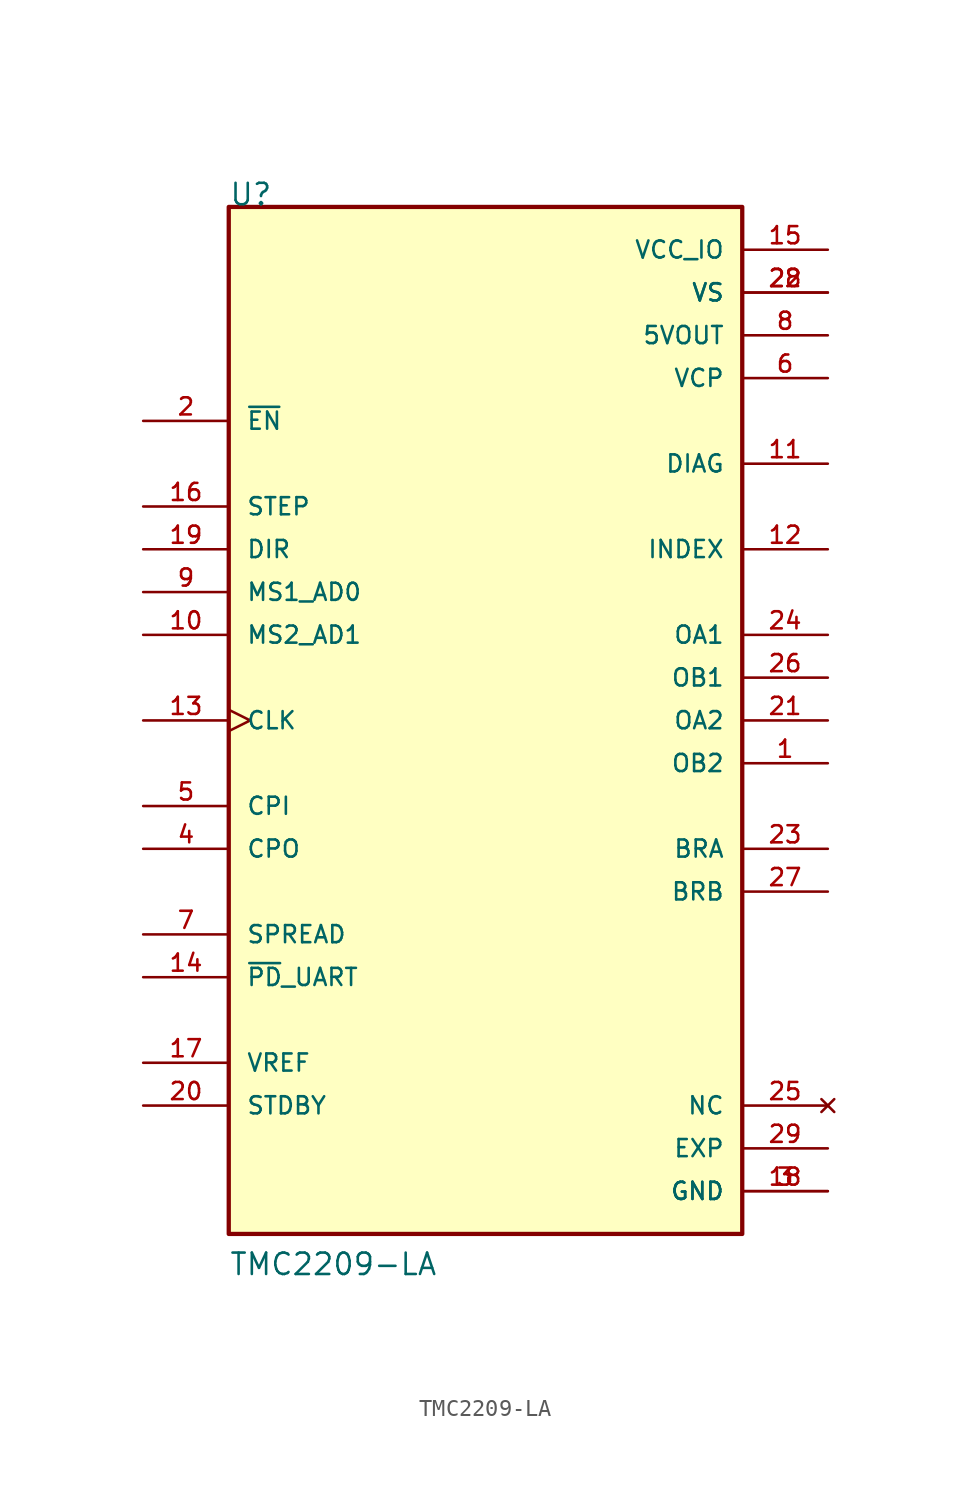
<source format=kicad_sym>
(kicad_symbol_lib
  (version 20211014)
  (generator kicad_symbol_editor)
  (symbol "TMC2209-LA"
    (pin_names
      (offset 1.016))
    (property "Reference" "U"
      (at -15.24 30.48 0)
      (effects (font (size 1.27 1.27)) (justify bottom left)))
    (property "Value" "TMC2209-LA"
      (at -15.24 -33.02 0)
      (effects (font (size 1.27 1.27)) (justify bottom left)))
    (symbol "TMC2209-LA_0_0"
      (rectangle (start -15.24 -30.48) (end 15.24 30.48) (stroke (width 0.254)) (fill (type background)))
      (pin output line (at 20.32 -2.54 180.0) (length 5.08) (name "OB2" (effects (font (size 1.016 1.016)))) (number "1" (effects (font (size 1.016 1.016)))))
      (pin input line (at -20.32 17.78 0) (length 5.08) (name "~{EN}" (effects (font (size 1.016 1.016)))) (number "2" (effects (font (size 1.016 1.016)))))
      (pin power_in line (at 20.32 -27.94 180.0) (length 5.08) (name "GND" (effects (font (size 1.016 1.016)))) (number "3" (effects (font (size 1.016 1.016)))))
      (pin power_in line (at 20.32 -27.94 180.0) (length 5.08) (name "GND" (effects (font (size 1.016 1.016)))) (number "18" (effects (font (size 1.016 1.016)))))
      (pin output line (at -20.32 -7.62 0) (length 5.08) (name "CPO" (effects (font (size 1.016 1.016)))) (number "4" (effects (font (size 1.016 1.016)))))
      (pin input line (at -20.32 -5.08 0) (length 5.08) (name "CPI" (effects (font (size 1.016 1.016)))) (number "5" (effects (font (size 1.016 1.016)))))
      (pin power_in line (at 20.32 20.32 180.0) (length 5.08) (name "VCP" (effects (font (size 1.016 1.016)))) (number "6" (effects (font (size 1.016 1.016)))))
      (pin power_in line (at 20.32 22.86 180.0) (length 5.08) (name "5VOUT" (effects (font (size 1.016 1.016)))) (number "8" (effects (font (size 1.016 1.016)))))
      (pin input line (at -20.32 -12.7 0) (length 5.08) (name "SPREAD" (effects (font (size 1.016 1.016)))) (number "7" (effects (font (size 1.016 1.016)))))
      (pin input line (at -20.32 7.62 0) (length 5.08) (name "MS1_AD0" (effects (font (size 1.016 1.016)))) (number "9" (effects (font (size 1.016 1.016)))))
      (pin output line (at 20.32 15.24 180.0) (length 5.08) (name "DIAG" (effects (font (size 1.016 1.016)))) (number "11" (effects (font (size 1.016 1.016)))))
      (pin input line (at -20.32 5.08 0) (length 5.08) (name "MS2_AD1" (effects (font (size 1.016 1.016)))) (number "10" (effects (font (size 1.016 1.016)))))
      (pin output line (at 20.32 10.16 180.0) (length 5.08) (name "INDEX" (effects (font (size 1.016 1.016)))) (number "12" (effects (font (size 1.016 1.016)))))
      (pin input clock (at -20.32 0.0 0) (length 5.08) (name "CLK" (effects (font (size 1.016 1.016)))) (number "13" (effects (font (size 1.016 1.016)))))
      (pin bidirectional line (at -20.32 -15.24 0) (length 5.08) (name "~{PD}_UART" (effects (font (size 1.016 1.016)))) (number "14" (effects (font (size 1.016 1.016)))))
      (pin power_in line (at 20.32 27.94 180.0) (length 5.08) (name "VCC_IO" (effects (font (size 1.016 1.016)))) (number "15" (effects (font (size 1.016 1.016)))))
      (pin input line (at -20.32 12.7 0) (length 5.08) (name "STEP" (effects (font (size 1.016 1.016)))) (number "16" (effects (font (size 1.016 1.016)))))
      (pin input line (at -20.32 10.16 0) (length 5.08) (name "DIR" (effects (font (size 1.016 1.016)))) (number "19" (effects (font (size 1.016 1.016)))))
      (pin input line (at -20.32 -20.32 0) (length 5.08) (name "VREF" (effects (font (size 1.016 1.016)))) (number "17" (effects (font (size 1.016 1.016)))))
      (pin input line (at -20.32 -22.86 0) (length 5.08) (name "STDBY" (effects (font (size 1.016 1.016)))) (number "20" (effects (font (size 1.016 1.016)))))
      (pin output line (at 20.32 0.0 180.0) (length 5.08) (name "OA2" (effects (font (size 1.016 1.016)))) (number "21" (effects (font (size 1.016 1.016)))))
      (pin power_in line (at 20.32 25.4 180.0) (length 5.08) (name "VS" (effects (font (size 1.016 1.016)))) (number "22" (effects (font (size 1.016 1.016)))))
      (pin power_in line (at 20.32 25.4 180.0) (length 5.08) (name "VS" (effects (font (size 1.016 1.016)))) (number "28" (effects (font (size 1.016 1.016)))))
      (pin bidirectional line (at 20.32 -7.62 180.0) (length 5.08) (name "BRA" (effects (font (size 1.016 1.016)))) (number "23" (effects (font (size 1.016 1.016)))))
      (pin output line (at 20.32 5.08 180.0) (length 5.08) (name "OA1" (effects (font (size 1.016 1.016)))) (number "24" (effects (font (size 1.016 1.016)))))
      (pin output line (at 20.32 2.54 180.0) (length 5.08) (name "OB1" (effects (font (size 1.016 1.016)))) (number "26" (effects (font (size 1.016 1.016)))))
      (pin bidirectional line (at 20.32 -10.16 180.0) (length 5.08) (name "BRB" (effects (font (size 1.016 1.016)))) (number "27" (effects (font (size 1.016 1.016)))))
      (pin no_connect line (at 20.32 -22.86 180.0) (length 5.08) (name "NC" (effects (font (size 1.016 1.016)))) (number "25" (effects (font (size 1.016 1.016)))))
      (pin power_in line (at 20.32 -25.4 180.0) (length 5.08) (name "EXP" (effects (font (size 1.016 1.016)))) (number "29" (effects (font (size 1.016 1.016))))))))
</source>
